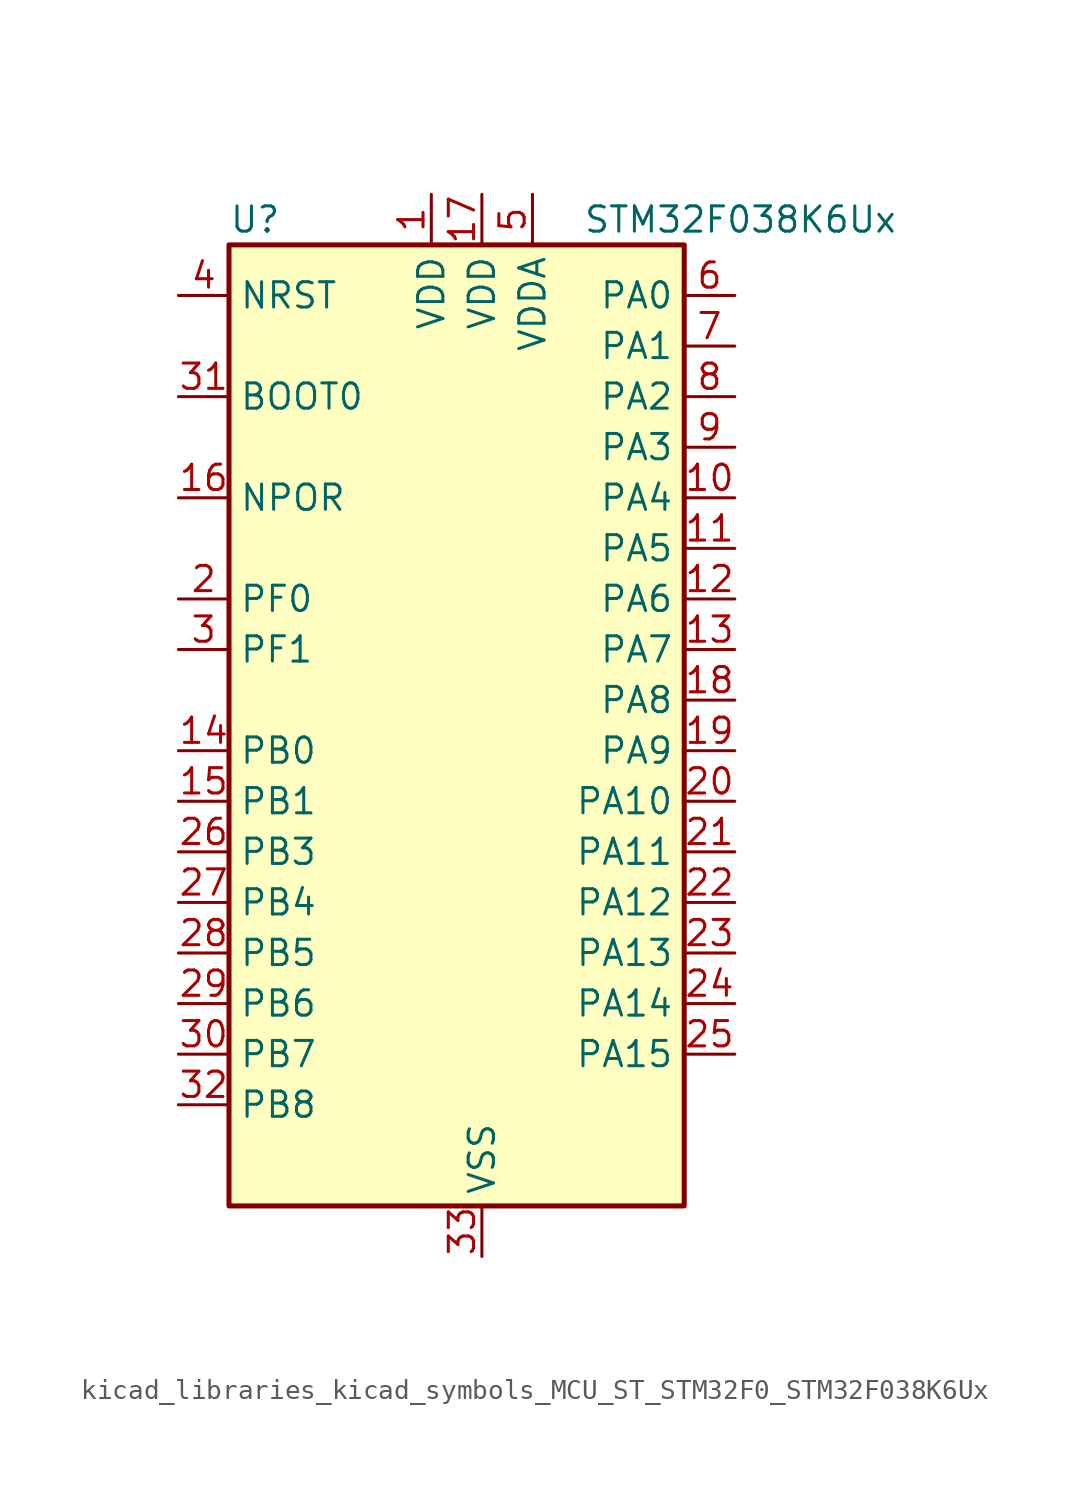
<source format=kicad_sym>
(kicad_symbol_lib
  (version 20220914)
  (generator kicad_symbol_editor)
  (symbol "kicad_libraries_kicad_symbols_MCU_ST_STM32F0_STM32F038K6Ux"
    (property "Reference" "U"
      (at -10.16 26.67 0)
      (effects (font (size 1.27 1.27)) (justify left)))
    (property "Value" "STM32F038K6Ux"
      (at 7.62 26.67 0)
      (effects (font (size 1.27 1.27)) (justify left)))
    (property "ki_locked" ""
      (at 0 0 0)
      (effects (font (size 1.27 1.27))))
    (symbol "kicad_libraries_kicad_symbols_MCU_ST_STM32F0_STM32F038K6Ux_0_1"
      (rectangle (start -10.16 -22.86) (end 12.7 25.4) (stroke (width 0.254) (type default)) (fill (type background))))
    (symbol "kicad_libraries_kicad_symbols_MCU_ST_STM32F0_STM32F038K6Ux_1_1"
      (pin power_in line (at 0 27.94 270) (length 2.54) (name "VDD" (effects (font (size 1.27 1.27)))) (number "1" (effects (font (size 1.27 1.27)))))
      (pin bidirectional line (at 15.24 12.7 180) (length 2.54) (name "PA4" (effects (font (size 1.27 1.27)))) (number "10" (effects (font (size 1.27 1.27)))) (alternate "ADC_IN4" bidirectional line) (alternate "I2S1_WS" bidirectional line) (alternate "SPI1_NSS" bidirectional line) (alternate "TIM14_CH1" bidirectional line) (alternate "USART1_CK" bidirectional line))
      (pin bidirectional line (at 15.24 10.16 180) (length 2.54) (name "PA5" (effects (font (size 1.27 1.27)))) (number "11" (effects (font (size 1.27 1.27)))) (alternate "ADC_IN5" bidirectional line) (alternate "I2S1_CK" bidirectional line) (alternate "SPI1_SCK" bidirectional line) (alternate "TIM2_CH1" bidirectional line) (alternate "TIM2_ETR" bidirectional line))
      (pin bidirectional line (at 15.24 7.62 180) (length 2.54) (name "PA6" (effects (font (size 1.27 1.27)))) (number "12" (effects (font (size 1.27 1.27)))) (alternate "ADC_IN6" bidirectional line) (alternate "I2S1_MCK" bidirectional line) (alternate "SPI1_MISO" bidirectional line) (alternate "TIM16_CH1" bidirectional line) (alternate "TIM1_BKIN" bidirectional line) (alternate "TIM3_CH1" bidirectional line))
      (pin bidirectional line (at 15.24 5.08 180) (length 2.54) (name "PA7" (effects (font (size 1.27 1.27)))) (number "13" (effects (font (size 1.27 1.27)))) (alternate "ADC_IN7" bidirectional line) (alternate "I2S1_SD" bidirectional line) (alternate "SPI1_MOSI" bidirectional line) (alternate "TIM14_CH1" bidirectional line) (alternate "TIM17_CH1" bidirectional line) (alternate "TIM1_CH1N" bidirectional line) (alternate "TIM3_CH2" bidirectional line))
      (pin bidirectional line (at -12.7 0 0) (length 2.54) (name "PB0" (effects (font (size 1.27 1.27)))) (number "14" (effects (font (size 1.27 1.27)))) (alternate "ADC_IN8" bidirectional line) (alternate "TIM1_CH2N" bidirectional line) (alternate "TIM3_CH3" bidirectional line))
      (pin bidirectional line (at -12.7 -2.54 0) (length 2.54) (name "PB1" (effects (font (size 1.27 1.27)))) (number "15" (effects (font (size 1.27 1.27)))) (alternate "ADC_IN9" bidirectional line) (alternate "TIM14_CH1" bidirectional line) (alternate "TIM1_CH3N" bidirectional line) (alternate "TIM3_CH4" bidirectional line))
      (pin input line (at -12.7 12.7 0) (length 2.54) (name "NPOR" (effects (font (size 1.27 1.27)))) (number "16" (effects (font (size 1.27 1.27)))))
      (pin power_in line (at 2.54 27.94 270) (length 2.54) (name "VDD" (effects (font (size 1.27 1.27)))) (number "17" (effects (font (size 1.27 1.27)))))
      (pin bidirectional line (at 15.24 2.54 180) (length 2.54) (name "PA8" (effects (font (size 1.27 1.27)))) (number "18" (effects (font (size 1.27 1.27)))) (alternate "RCC_MCO" bidirectional line) (alternate "TIM1_CH1" bidirectional line) (alternate "USART1_CK" bidirectional line))
      (pin bidirectional line (at 15.24 0 180) (length 2.54) (name "PA9" (effects (font (size 1.27 1.27)))) (number "19" (effects (font (size 1.27 1.27)))) (alternate "I2C1_SCL" bidirectional line) (alternate "TIM1_CH2" bidirectional line) (alternate "USART1_TX" bidirectional line))
      (pin bidirectional line (at -12.7 7.62 0) (length 2.54) (name "PF0" (effects (font (size 1.27 1.27)))) (number "2" (effects (font (size 1.27 1.27)))) (alternate "RCC_OSC_IN" bidirectional line))
      (pin bidirectional line (at 15.24 -2.54 180) (length 2.54) (name "PA10" (effects (font (size 1.27 1.27)))) (number "20" (effects (font (size 1.27 1.27)))) (alternate "I2C1_SDA" bidirectional line) (alternate "TIM17_BKIN" bidirectional line) (alternate "TIM1_CH3" bidirectional line) (alternate "USART1_RX" bidirectional line))
      (pin bidirectional line (at 15.24 -5.08 180) (length 2.54) (name "PA11" (effects (font (size 1.27 1.27)))) (number "21" (effects (font (size 1.27 1.27)))) (alternate "TIM1_CH4" bidirectional line) (alternate "USART1_CTS" bidirectional line))
      (pin bidirectional line (at 15.24 -7.62 180) (length 2.54) (name "PA12" (effects (font (size 1.27 1.27)))) (number "22" (effects (font (size 1.27 1.27)))) (alternate "TIM1_ETR" bidirectional line) (alternate "USART1_DE" bidirectional line) (alternate "USART1_RTS" bidirectional line))
      (pin bidirectional line (at 15.24 -10.16 180) (length 2.54) (name "PA13" (effects (font (size 1.27 1.27)))) (number "23" (effects (font (size 1.27 1.27)))) (alternate "IR_OUT" bidirectional line) (alternate "SYS_SWDIO" bidirectional line))
      (pin bidirectional line (at 15.24 -12.7 180) (length 2.54) (name "PA14" (effects (font (size 1.27 1.27)))) (number "24" (effects (font (size 1.27 1.27)))) (alternate "SYS_SWCLK" bidirectional line) (alternate "USART1_TX" bidirectional line))
      (pin bidirectional line (at 15.24 -15.24 180) (length 2.54) (name "PA15" (effects (font (size 1.27 1.27)))) (number "25" (effects (font (size 1.27 1.27)))) (alternate "I2S1_WS" bidirectional line) (alternate "SPI1_NSS" bidirectional line) (alternate "TIM2_CH1" bidirectional line) (alternate "TIM2_ETR" bidirectional line) (alternate "USART1_RX" bidirectional line))
      (pin bidirectional line (at -12.7 -5.08 0) (length 2.54) (name "PB3" (effects (font (size 1.27 1.27)))) (number "26" (effects (font (size 1.27 1.27)))) (alternate "I2S1_CK" bidirectional line) (alternate "SPI1_SCK" bidirectional line) (alternate "TIM2_CH2" bidirectional line))
      (pin bidirectional line (at -12.7 -7.62 0) (length 2.54) (name "PB4" (effects (font (size 1.27 1.27)))) (number "27" (effects (font (size 1.27 1.27)))) (alternate "I2S1_MCK" bidirectional line) (alternate "SPI1_MISO" bidirectional line) (alternate "TIM3_CH1" bidirectional line))
      (pin bidirectional line (at -12.7 -10.16 0) (length 2.54) (name "PB5" (effects (font (size 1.27 1.27)))) (number "28" (effects (font (size 1.27 1.27)))) (alternate "I2C1_SMBA" bidirectional line) (alternate "I2S1_SD" bidirectional line) (alternate "SPI1_MOSI" bidirectional line) (alternate "TIM16_BKIN" bidirectional line) (alternate "TIM3_CH2" bidirectional line))
      (pin bidirectional line (at -12.7 -12.7 0) (length 2.54) (name "PB6" (effects (font (size 1.27 1.27)))) (number "29" (effects (font (size 1.27 1.27)))) (alternate "I2C1_SCL" bidirectional line) (alternate "TIM16_CH1N" bidirectional line) (alternate "USART1_TX" bidirectional line))
      (pin bidirectional line (at -12.7 5.08 0) (length 2.54) (name "PF1" (effects (font (size 1.27 1.27)))) (number "3" (effects (font (size 1.27 1.27)))) (alternate "RCC_OSC_OUT" bidirectional line))
      (pin bidirectional line (at -12.7 -15.24 0) (length 2.54) (name "PB7" (effects (font (size 1.27 1.27)))) (number "30" (effects (font (size 1.27 1.27)))) (alternate "I2C1_SDA" bidirectional line) (alternate "TIM17_CH1N" bidirectional line) (alternate "USART1_RX" bidirectional line))
      (pin input line (at -12.7 17.78 0) (length 2.54) (name "BOOT0" (effects (font (size 1.27 1.27)))) (number "31" (effects (font (size 1.27 1.27)))))
      (pin bidirectional line (at -12.7 -17.78 0) (length 2.54) (name "PB8" (effects (font (size 1.27 1.27)))) (number "32" (effects (font (size 1.27 1.27)))) (alternate "I2C1_SCL" bidirectional line) (alternate "TIM16_CH1" bidirectional line))
      (pin power_in line (at 2.54 -25.4 90) (length 2.54) (name "VSS" (effects (font (size 1.27 1.27)))) (number "33" (effects (font (size 1.27 1.27)))))
      (pin input line (at -12.7 22.86 0) (length 2.54) (name "NRST" (effects (font (size 1.27 1.27)))) (number "4" (effects (font (size 1.27 1.27)))))
      (pin power_in line (at 5.08 27.94 270) (length 2.54) (name "VDDA" (effects (font (size 1.27 1.27)))) (number "5" (effects (font (size 1.27 1.27)))))
      (pin bidirectional line (at 15.24 22.86 180) (length 2.54) (name "PA0" (effects (font (size 1.27 1.27)))) (number "6" (effects (font (size 1.27 1.27)))) (alternate "ADC_IN0" bidirectional line) (alternate "RTC_TAMP2" bidirectional line) (alternate "SYS_WKUP1" bidirectional line) (alternate "TIM2_CH1" bidirectional line) (alternate "TIM2_ETR" bidirectional line) (alternate "USART1_CTS" bidirectional line))
      (pin bidirectional line (at 15.24 20.32 180) (length 2.54) (name "PA1" (effects (font (size 1.27 1.27)))) (number "7" (effects (font (size 1.27 1.27)))) (alternate "ADC_IN1" bidirectional line) (alternate "TIM2_CH2" bidirectional line) (alternate "USART1_DE" bidirectional line) (alternate "USART1_RTS" bidirectional line))
      (pin bidirectional line (at 15.24 17.78 180) (length 2.54) (name "PA2" (effects (font (size 1.27 1.27)))) (number "8" (effects (font (size 1.27 1.27)))) (alternate "ADC_IN2" bidirectional line) (alternate "TIM2_CH3" bidirectional line) (alternate "USART1_TX" bidirectional line))
      (pin bidirectional line (at 15.24 15.24 180) (length 2.54) (name "PA3" (effects (font (size 1.27 1.27)))) (number "9" (effects (font (size 1.27 1.27)))) (alternate "ADC_IN3" bidirectional line) (alternate "TIM2_CH4" bidirectional line) (alternate "USART1_RX" bidirectional line)))))
</source>
